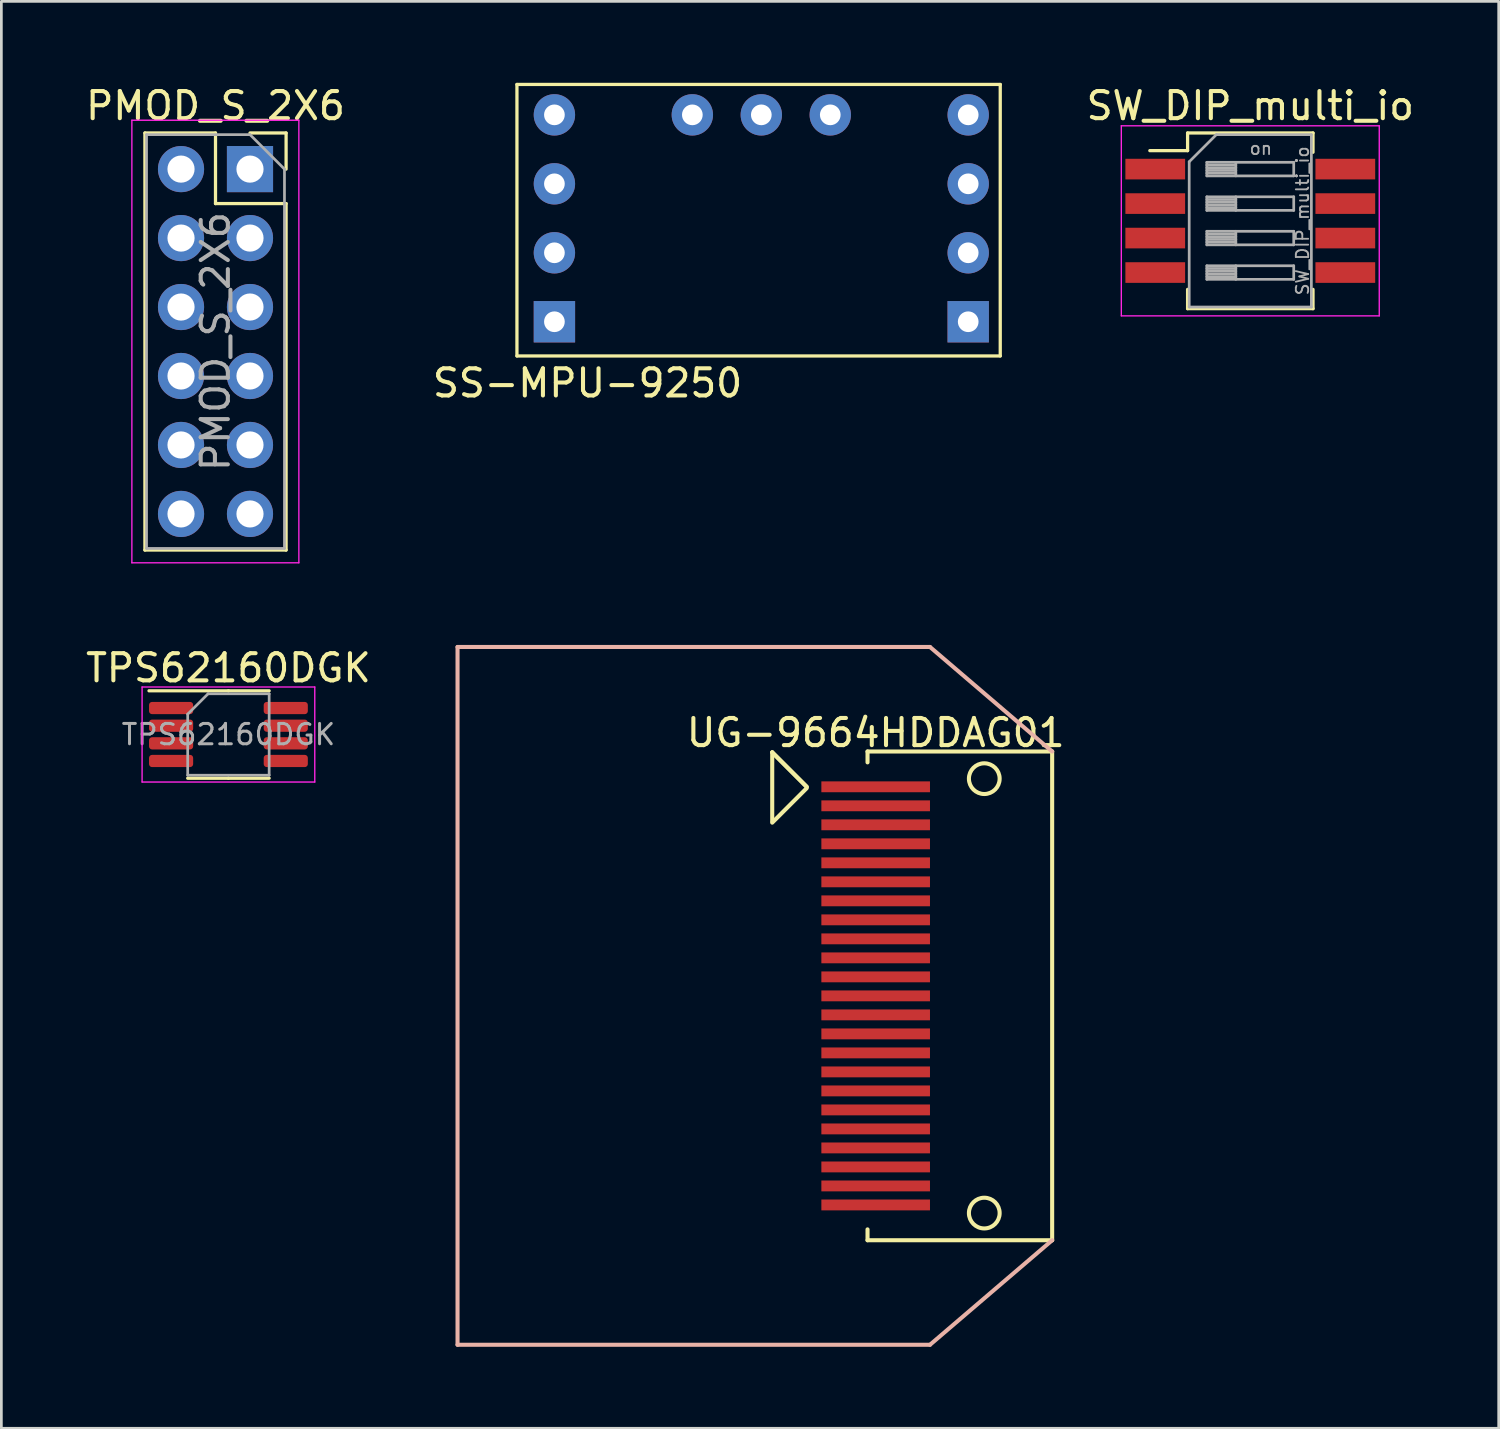
<source format=kicad_pcb>
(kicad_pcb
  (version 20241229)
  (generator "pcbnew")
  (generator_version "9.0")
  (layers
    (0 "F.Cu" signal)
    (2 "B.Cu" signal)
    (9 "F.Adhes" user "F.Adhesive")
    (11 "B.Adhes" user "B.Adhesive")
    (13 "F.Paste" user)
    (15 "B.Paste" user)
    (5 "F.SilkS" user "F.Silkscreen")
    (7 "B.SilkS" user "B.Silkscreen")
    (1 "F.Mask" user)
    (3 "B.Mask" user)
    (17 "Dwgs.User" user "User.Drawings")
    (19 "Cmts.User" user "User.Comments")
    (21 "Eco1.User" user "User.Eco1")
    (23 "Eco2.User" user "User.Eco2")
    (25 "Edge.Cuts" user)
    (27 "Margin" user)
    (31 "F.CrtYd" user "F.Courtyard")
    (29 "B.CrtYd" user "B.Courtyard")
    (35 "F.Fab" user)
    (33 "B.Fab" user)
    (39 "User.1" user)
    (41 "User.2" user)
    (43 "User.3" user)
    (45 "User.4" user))
  (footprint "SS-MPU-9250"
    (layer "F.Cu")
    (at 24.989 6.26)
    (property "Reference" "SS-MPU-9250" (at -6.4 4.8 0) (layer "F.SilkS") (effects (font (size 1 1) (thickness 0.15))))
    (attr through_hole)
    (fp_line (start -9 -6.2) (end -9 3.8) (stroke (width 0.12) (type solid)) (layer "F.SilkS"))
    (fp_line (start -9 3.8) (end 8.8 3.8) (stroke (width 0.12) (type solid)) (layer "F.SilkS"))
    (fp_line (start 8.8 -6.2) (end -9 -6.2) (stroke (width 0.12) (type solid)) (layer "F.SilkS"))
    (fp_line (start 8.8 3.8) (end 8.8 -6.2) (stroke (width 0.12) (type solid)) (layer "F.SilkS"))
    (pad "J1-1" thru_hole rect (at -7.62 2.54) (size 1.524 1.524) (drill 0.762) (layers "*.Cu" "*.Mask"))
    (pad "J1-2" thru_hole circle (at -7.62 0) (size 1.524 1.524) (drill 0.762) (layers "*.Cu" "*.Mask"))
    (pad "J1-3" thru_hole circle (at -7.62 -2.54) (size 1.524 1.524) (drill 0.762) (layers "*.Cu" "*.Mask"))
    (pad "J1-4" thru_hole circle (at -7.62 -5.08) (size 1.524 1.524) (drill 0.762) (layers "*.Cu" "*.Mask"))
    (pad "J2-1" thru_hole circle (at 2.54 -5.08) (size 1.524 1.524) (drill 0.762) (layers "*.Cu" "*.Mask"))
    (pad "J2-2" thru_hole circle (at 0 -5.08) (size 1.524 1.524) (drill 0.762) (layers "*.Cu" "*.Mask"))
    (pad "J2-3" thru_hole circle (at -2.54 -5.08) (size 1.524 1.524) (drill 0.762) (layers "*.Cu" "*.Mask"))
    (pad "J3-1" thru_hole rect (at 7.62 2.54) (size 1.524 1.524) (drill 0.762) (layers "*.Cu" "*.Mask"))
    (pad "J3-2" thru_hole circle (at 7.62 0) (size 1.524 1.524) (drill 0.762) (layers "*.Cu" "*.Mask"))
    (pad "J3-3" thru_hole circle (at 7.62 -2.54) (size 1.524 1.524) (drill 0.762) (layers "*.Cu" "*.Mask"))
    (pad "J3-4" thru_hole circle (at 7.62 -5.08) (size 1.524 1.524) (drill 0.762) (layers "*.Cu" "*.Mask")))
  (footprint "TPS62160DGK"
    (layer "F.Cu")
    (at 5.363 24.002)
    (property "Reference" "TPS62160DGK" (at 0 -2.45 180) (layer "F.SilkS") (effects (font (size 1 1) (thickness 0.15))))
    (attr smd)
    (fp_line (start 0 -1.61) (end -2.925 -1.61) (stroke (width 0.12) (type solid)) (layer "F.SilkS"))
    (fp_line (start 0 -1.61) (end 1.5 -1.61) (stroke (width 0.12) (type solid)) (layer "F.SilkS"))
    (fp_line (start 0 1.61) (end -1.5 1.61) (stroke (width 0.12) (type solid)) (layer "F.SilkS"))
    (fp_line (start 0 1.61) (end 1.5 1.61) (stroke (width 0.12) (type solid)) (layer "F.SilkS"))
    (fp_line (start -3.18 -1.75) (end -3.18 1.75) (stroke (width 0.05) (type solid)) (layer "F.CrtYd"))
    (fp_line (start -3.18 1.75) (end 3.18 1.75) (stroke (width 0.05) (type solid)) (layer "F.CrtYd"))
    (fp_line (start 3.18 -1.75) (end -3.18 -1.75) (stroke (width 0.05) (type solid)) (layer "F.CrtYd"))
    (fp_line (start 3.18 1.75) (end 3.18 -1.75) (stroke (width 0.05) (type solid)) (layer "F.CrtYd"))
    (fp_line (start -1.5 -0.75) (end -0.75 -1.5) (stroke (width 0.1) (type solid)) (layer "F.Fab"))
    (fp_line (start -1.5 1.5) (end -1.5 -0.75) (stroke (width 0.1) (type solid)) (layer "F.Fab"))
    (fp_line (start -0.75 -1.5) (end 1.5 -1.5) (stroke (width 0.1) (type solid)) (layer "F.Fab"))
    (fp_line (start 1.5 -1.5) (end 1.5 1.5) (stroke (width 0.1) (type solid)) (layer "F.Fab"))
    (fp_line (start 1.5 1.5) (end -1.5 1.5) (stroke (width 0.1) (type solid)) (layer "F.Fab"))
    (fp_text user "${REFERENCE}" (at 0 0 180) (layer "F.Fab") (effects (font (size 0.75 0.75) (thickness 0.11))))
    (pad "1" smd roundrect (at -2.112 -0.975) (size 1.625 0.45) (layers "F.Cu" "F.Mask" "F.Paste") (roundrect_rratio 0.25))
    (pad "2" smd roundrect (at -2.112 -0.325) (size 1.625 0.45) (layers "F.Cu" "F.Mask" "F.Paste") (roundrect_rratio 0.25))
    (pad "3" smd roundrect (at -2.112 0.325) (size 1.625 0.45) (layers "F.Cu" "F.Mask" "F.Paste") (roundrect_rratio 0.25))
    (pad "4" smd roundrect (at -2.112 0.975) (size 1.625 0.45) (layers "F.Cu" "F.Mask" "F.Paste") (roundrect_rratio 0.25))
    (pad "5" smd roundrect (at 2.112 0.975) (size 1.625 0.45) (layers "F.Cu" "F.Mask" "F.Paste") (roundrect_rratio 0.25))
    (pad "6" smd roundrect (at 2.112 0.325) (size 1.625 0.45) (layers "F.Cu" "F.Mask" "F.Paste") (roundrect_rratio 0.25))
    (pad "7" smd roundrect (at 2.112 -0.325) (size 1.625 0.45) (layers "F.Cu" "F.Mask" "F.Paste") (roundrect_rratio 0.25))
    (pad "8" smd roundrect (at 2.112 -0.975) (size 1.625 0.45) (layers "F.Cu" "F.Mask" "F.Paste") (roundrect_rratio 0.25)))
  (footprint "PMOD_S_2X6"
    (layer "F.Cu")
    (at 6.157 3.178)
    (property "Reference" "PMOD_S_2X6" (at -1.27 -2.33 0) (layer "F.SilkS") (effects (font (size 1 1) (thickness 0.15))))
    (attr through_hole)
    (fp_line (start -3.87 -1.33) (end -3.87 14.03) (stroke (width 0.12) (type solid)) (layer "F.SilkS"))
    (fp_line (start -1.27 -1.33) (end -3.87 -1.33) (stroke (width 0.12) (type solid)) (layer "F.SilkS"))
    (fp_line (start -1.27 1.27) (end -1.27 -1.33) (stroke (width 0.12) (type solid)) (layer "F.SilkS"))
    (fp_line (start 1.33 -1.33) (end 0 -1.33) (stroke (width 0.12) (type solid)) (layer "F.SilkS"))
    (fp_line (start 1.33 0) (end 1.33 -1.33) (stroke (width 0.12) (type solid)) (layer "F.SilkS"))
    (fp_line (start 1.33 1.27) (end -1.27 1.27) (stroke (width 0.12) (type solid)) (layer "F.SilkS"))
    (fp_line (start 1.33 1.27) (end 1.33 14.03) (stroke (width 0.12) (type solid)) (layer "F.SilkS"))
    (fp_line (start 1.33 14.03) (end -3.87 14.03) (stroke (width 0.12) (type solid)) (layer "F.SilkS"))
    (fp_line (start -4.35 -1.8) (end 1.8 -1.8) (stroke (width 0.05) (type solid)) (layer "F.CrtYd"))
    (fp_line (start -4.35 14.5) (end -4.35 -1.8) (stroke (width 0.05) (type solid)) (layer "F.CrtYd"))
    (fp_line (start 1.8 -1.8) (end 1.8 14.5) (stroke (width 0.05) (type solid)) (layer "F.CrtYd"))
    (fp_line (start 1.8 14.5) (end -4.35 14.5) (stroke (width 0.05) (type solid)) (layer "F.CrtYd"))
    (fp_line (start -3.81 -1.27) (end -3.81 13.97) (stroke (width 0.1) (type solid)) (layer "F.Fab"))
    (fp_line (start -3.81 13.97) (end 1.27 13.97) (stroke (width 0.1) (type solid)) (layer "F.Fab"))
    (fp_line (start 0 -1.27) (end -3.81 -1.27) (stroke (width 0.1) (type solid)) (layer "F.Fab"))
    (fp_line (start 1.27 0) (end 0 -1.27) (stroke (width 0.1) (type solid)) (layer "F.Fab"))
    (fp_line (start 1.27 13.97) (end 1.27 0) (stroke (width 0.1) (type solid)) (layer "F.Fab"))
    (fp_text user "${REFERENCE}" (at -1.27 6.35 270) (layer "F.Fab") (effects (font (size 1 1) (thickness 0.15))))
    (pad "1" thru_hole rect (at 0 0) (size 1.7 1.7) (drill 1) (layers "*.Cu" "*.Mask"))
    (pad "2" thru_hole oval (at 0 2.54) (size 1.7 1.7) (drill 1) (layers "*.Cu" "*.Mask"))
    (pad "3" thru_hole oval (at 0 5.08) (size 1.7 1.7) (drill 1) (layers "*.Cu" "*.Mask"))
    (pad "4" thru_hole oval (at 0 7.62) (size 1.7 1.7) (drill 1) (layers "*.Cu" "*.Mask"))
    (pad "5" thru_hole oval (at 0 10.16) (size 1.7 1.7) (drill 1) (layers "*.Cu" "*.Mask"))
    (pad "6" thru_hole oval (at 0 12.7) (size 1.7 1.7) (drill 1) (layers "*.Cu" "*.Mask"))
    (pad "7" thru_hole oval (at -2.54 0) (size 1.7 1.7) (drill 1) (layers "*.Cu" "*.Mask"))
    (pad "8" thru_hole oval (at -2.54 2.54) (size 1.7 1.7) (drill 1) (layers "*.Cu" "*.Mask"))
    (pad "9" thru_hole oval (at -2.54 5.08) (size 1.7 1.7) (drill 1) (layers "*.Cu" "*.Mask"))
    (pad "10" thru_hole oval (at -2.54 7.62) (size 1.7 1.7) (drill 1) (layers "*.Cu" "*.Mask"))
    (pad "11" thru_hole oval (at -2.54 10.16) (size 1.7 1.7) (drill 1) (layers "*.Cu" "*.Mask"))
    (pad "12" thru_hole oval (at -2.54 12.7) (size 1.7 1.7) (drill 1) (layers "*.Cu" "*.Mask")))
  (footprint "SW_DIP_multi_io"
    (layer "F.Cu")
    (at 42.998 5.083)
    (property "Reference" "SW_DIP_multi_io" (at 0 -4.235 0) (layer "F.SilkS") (effects (font (size 1 1) (thickness 0.15))))
    (attr smd)
    (fp_line (start -3.7 -2.585) (end -2.309 -2.585) (stroke (width 0.12) (type solid)) (layer "F.SilkS"))
    (fp_line (start -2.309 -3.235) (end -2.309 -2.585) (stroke (width 0.12) (type solid)) (layer "F.SilkS"))
    (fp_line (start -2.309 -3.235) (end 2.31 -3.235) (stroke (width 0.12) (type solid)) (layer "F.SilkS"))
    (fp_line (start -2.309 2.525) (end -2.309 3.235) (stroke (width 0.12) (type solid)) (layer "F.SilkS"))
    (fp_line (start -2.309 3.235) (end 2.31 3.235) (stroke (width 0.12) (type solid)) (layer "F.SilkS"))
    (fp_line (start 2.31 -3.235) (end 2.31 -2.525) (stroke (width 0.12) (type solid)) (layer "F.SilkS"))
    (fp_line (start 2.31 2.525) (end 2.31 3.235) (stroke (width 0.12) (type solid)) (layer "F.SilkS"))
    (fp_line (start -4.75 -3.5) (end -4.75 3.5) (stroke (width 0.05) (type solid)) (layer "F.CrtYd"))
    (fp_line (start -4.75 3.5) (end 4.75 3.5) (stroke (width 0.05) (type solid)) (layer "F.CrtYd"))
    (fp_line (start 4.75 -3.5) (end -4.75 -3.5) (stroke (width 0.05) (type solid)) (layer "F.CrtYd"))
    (fp_line (start 4.75 3.5) (end 4.75 -3.5) (stroke (width 0.05) (type solid)) (layer "F.CrtYd"))
    (fp_line (start -2.25 -2.175) (end -1.25 -3.175) (stroke (width 0.1) (type solid)) (layer "F.Fab"))
    (fp_line (start -2.25 3.175) (end -2.25 -2.175) (stroke (width 0.1) (type solid)) (layer "F.Fab"))
    (fp_line (start -1.6 -2.155) (end -1.6 -1.655) (stroke (width 0.1) (type solid)) (layer "F.Fab"))
    (fp_line (start -1.6 -2.055) (end -0.533 -2.055) (stroke (width 0.1) (type solid)) (layer "F.Fab"))
    (fp_line (start -1.6 -1.955) (end -0.533 -1.955) (stroke (width 0.1) (type solid)) (layer "F.Fab"))
    (fp_line (start -1.6 -1.855) (end -0.533 -1.855) (stroke (width 0.1) (type solid)) (layer "F.Fab"))
    (fp_line (start -1.6 -1.755) (end -0.533 -1.755) (stroke (width 0.1) (type solid)) (layer "F.Fab"))
    (fp_line (start -1.6 -1.655) (end 1.6 -1.655) (stroke (width 0.1) (type solid)) (layer "F.Fab"))
    (fp_line (start -1.6 -0.885) (end -1.6 -0.385) (stroke (width 0.1) (type solid)) (layer "F.Fab"))
    (fp_line (start -1.6 -0.785) (end -0.533 -0.785) (stroke (width 0.1) (type solid)) (layer "F.Fab"))
    (fp_line (start -1.6 -0.685) (end -0.533 -0.685) (stroke (width 0.1) (type solid)) (layer "F.Fab"))
    (fp_line (start -1.6 -0.585) (end -0.533 -0.585) (stroke (width 0.1) (type solid)) (layer "F.Fab"))
    (fp_line (start -1.6 -0.485) (end -0.533 -0.485) (stroke (width 0.1) (type solid)) (layer "F.Fab"))
    (fp_line (start -1.6 -0.385) (end 1.6 -0.385) (stroke (width 0.1) (type solid)) (layer "F.Fab"))
    (fp_line (start -1.6 0.385) (end -1.6 0.885) (stroke (width 0.1) (type solid)) (layer "F.Fab"))
    (fp_line (start -1.6 0.485) (end -0.533 0.485) (stroke (width 0.1) (type solid)) (layer "F.Fab"))
    (fp_line (start -1.6 0.585) (end -0.533 0.585) (stroke (width 0.1) (type solid)) (layer "F.Fab"))
    (fp_line (start -1.6 0.685) (end -0.533 0.685) (stroke (width 0.1) (type solid)) (layer "F.Fab"))
    (fp_line (start -1.6 0.785) (end -0.533 0.785) (stroke (width 0.1) (type solid)) (layer "F.Fab"))
    (fp_line (start -1.6 0.885) (end 1.6 0.885) (stroke (width 0.1) (type solid)) (layer "F.Fab"))
    (fp_line (start -1.6 1.655) (end -1.6 2.155) (stroke (width 0.1) (type solid)) (layer "F.Fab"))
    (fp_line (start -1.6 1.755) (end -0.533 1.755) (stroke (width 0.1) (type solid)) (layer "F.Fab"))
    (fp_line (start -1.6 1.855) (end -0.533 1.855) (stroke (width 0.1) (type solid)) (layer "F.Fab"))
    (fp_line (start -1.6 1.955) (end -0.533 1.955) (stroke (width 0.1) (type solid)) (layer "F.Fab"))
    (fp_line (start -1.6 2.055) (end -0.533 2.055) (stroke (width 0.1) (type solid)) (layer "F.Fab"))
    (fp_line (start -1.6 2.155) (end 1.6 2.155) (stroke (width 0.1) (type solid)) (layer "F.Fab"))
    (fp_line (start -1.25 -3.175) (end 2.25 -3.175) (stroke (width 0.1) (type solid)) (layer "F.Fab"))
    (fp_line (start -0.533 -2.155) (end -0.533 -1.655) (stroke (width 0.1) (type solid)) (layer "F.Fab"))
    (fp_line (start -0.533 -0.885) (end -0.533 -0.385) (stroke (width 0.1) (type solid)) (layer "F.Fab"))
    (fp_line (start -0.533 0.385) (end -0.533 0.885) (stroke (width 0.1) (type solid)) (layer "F.Fab"))
    (fp_line (start -0.533 1.655) (end -0.533 2.155) (stroke (width 0.1) (type solid)) (layer "F.Fab"))
    (fp_line (start 1.6 -2.155) (end -1.6 -2.155) (stroke (width 0.1) (type solid)) (layer "F.Fab"))
    (fp_line (start 1.6 -1.655) (end 1.6 -2.155) (stroke (width 0.1) (type solid)) (layer "F.Fab"))
    (fp_line (start 1.6 -0.885) (end -1.6 -0.885) (stroke (width 0.1) (type solid)) (layer "F.Fab"))
    (fp_line (start 1.6 -0.385) (end 1.6 -0.885) (stroke (width 0.1) (type solid)) (layer "F.Fab"))
    (fp_line (start 1.6 0.385) (end -1.6 0.385) (stroke (width 0.1) (type solid)) (layer "F.Fab"))
    (fp_line (start 1.6 0.885) (end 1.6 0.385) (stroke (width 0.1) (type solid)) (layer "F.Fab"))
    (fp_line (start 1.6 1.655) (end -1.6 1.655) (stroke (width 0.1) (type solid)) (layer "F.Fab"))
    (fp_line (start 1.6 2.155) (end 1.6 1.655) (stroke (width 0.1) (type solid)) (layer "F.Fab"))
    (fp_line (start 2.25 -3.175) (end 2.25 3.175) (stroke (width 0.1) (type solid)) (layer "F.Fab"))
    (fp_line (start 2.25 3.175) (end -2.25 3.175) (stroke (width 0.1) (type solid)) (layer "F.Fab"))
    (fp_text user "${REFERENCE}" (at 1.925 0 90) (layer "F.Fab") (effects (font (size 0.455 0.455) (thickness 0.068))))
    (fp_text user "on" (at 0.388 -2.665 0) (layer "F.Fab") (effects (font (size 0.455 0.455) (thickness 0.068))))
    (pad "1" smd rect (at -3.5 -1.905) (size 2.2 0.76) (layers "F.Cu" "F.Mask" "F.Paste"))
    (pad "2" smd rect (at -3.5 -0.635) (size 2.2 0.76) (layers "F.Cu" "F.Mask" "F.Paste"))
    (pad "3" smd rect (at -3.5 0.635) (size 2.2 0.76) (layers "F.Cu" "F.Mask" "F.Paste"))
    (pad "4" smd rect (at -3.5 1.905) (size 2.2 0.76) (layers "F.Cu" "F.Mask" "F.Paste"))
    (pad "5" smd rect (at 3.5 1.905) (size 2.2 0.76) (layers "F.Cu" "F.Mask" "F.Paste"))
    (pad "6" smd rect (at 3.5 0.635) (size 2.2 0.76) (layers "F.Cu" "F.Mask" "F.Paste"))
    (pad "7" smd rect (at 3.5 -0.635) (size 2.2 0.76) (layers "F.Cu" "F.Mask" "F.Paste"))
    (pad "8" smd rect (at 3.5 -1.905) (size 2.2 0.76) (layers "F.Cu" "F.Mask" "F.Paste")))
  (footprint "UG-9664HDDAG01"
    (layer "F.Cu")
    (at 29.201 33.628)
    (property "Reference" "UG-9664HDDAG01" (at 0 -9.69 180) (layer "F.SilkS") (effects (font (size 1 1) (thickness 0.15))))
    (attr through_hole)
    (fp_line (start -3.81 -8.97) (end -3.81 -6.43) (stroke (width 0.15) (type solid)) (layer "F.SilkS"))
    (fp_line (start -3.81 -8.97) (end -2.54 -7.7) (stroke (width 0.15) (type solid)) (layer "F.SilkS"))
    (fp_line (start -3.81 -6.38) (end -2.54 -7.65) (stroke (width 0.15) (type solid)) (layer "F.SilkS"))
    (fp_line (start -2.54 -7.7) (end -3.81 -8.97) (stroke (width 0.15) (type solid)) (layer "F.SilkS"))
    (fp_line (start -0.3 -9) (end -0.3 -8.6) (stroke (width 0.15) (type solid)) (layer "F.SilkS"))
    (fp_line (start -0.3 9) (end -0.3 8.6) (stroke (width 0.15) (type solid)) (layer "F.SilkS"))
    (fp_line (start -0.3 9) (end 6.5 9) (stroke (width 0.15) (type solid)) (layer "F.SilkS"))
    (fp_line (start 6.5 -9) (end -0.3 -9) (stroke (width 0.15) (type solid)) (layer "F.SilkS"))
    (fp_line (start 6.5 9) (end 6.5 -9) (stroke (width 0.15) (type solid)) (layer "F.SilkS"))
    (fp_circle (center 4 -8) (end 4.4 -8.4) (stroke (width 0.15) (type solid)) (fill no) (layer "F.SilkS"))
    (fp_circle (center 4 8) (end 4.4 8.4) (stroke (width 0.15) (type solid)) (fill no) (layer "F.SilkS"))
    (fp_line (start -15.4 -12.85) (end 2 -12.85) (stroke (width 0.15) (type solid)) (layer "B.SilkS"))
    (fp_line (start -15.4 12.85) (end -15.4 -12.85) (stroke (width 0.15) (type solid)) (layer "B.SilkS"))
    (fp_line (start -15.4 12.85) (end 2 12.85) (stroke (width 0.15) (type solid)) (layer "B.SilkS"))
    (fp_line (start 2 -12.85) (end 6.5 -9) (stroke (width 0.15) (type solid)) (layer "B.SilkS"))
    (fp_line (start 2 12.85) (end 6.5 9) (stroke (width 0.15) (type solid)) (layer "B.SilkS"))
    (pad "1" smd rect (at 0 -7.7) (size 4 0.4) (layers "F.Cu" "F.Mask" "F.Paste"))
    (pad "2" smd rect (at 0 -7) (size 4 0.4) (layers "F.Cu" "F.Mask" "F.Paste"))
    (pad "3" smd rect (at 0 -6.3) (size 4 0.4) (layers "F.Cu" "F.Mask" "F.Paste"))
    (pad "4" smd rect (at 0 -5.6) (size 4 0.4) (layers "F.Cu" "F.Mask" "F.Paste"))
    (pad "5" smd rect (at 0 -4.9) (size 4 0.4) (layers "F.Cu" "F.Mask" "F.Paste"))
    (pad "6" smd rect (at 0 -4.2) (size 4 0.4) (layers "F.Cu" "F.Mask" "F.Paste"))
    (pad "7" smd rect (at 0 -3.5) (size 4 0.4) (layers "F.Cu" "F.Mask" "F.Paste"))
    (pad "8" smd rect (at 0 -2.8) (size 4 0.4) (layers "F.Cu" "F.Mask" "F.Paste"))
    (pad "9" smd rect (at 0 -2.1) (size 4 0.4) (layers "F.Cu" "F.Mask" "F.Paste"))
    (pad "10" smd rect (at 0 -1.4) (size 4 0.4) (layers "F.Cu" "F.Mask" "F.Paste"))
    (pad "11" smd rect (at 0 -0.7) (size 4 0.4) (layers "F.Cu" "F.Mask" "F.Paste"))
    (pad "12" smd rect (at 0 0) (size 4 0.4) (layers "F.Cu" "F.Mask" "F.Paste"))
    (pad "13" smd rect (at 0 0.7) (size 4 0.4) (layers "F.Cu" "F.Mask" "F.Paste"))
    (pad "14" smd rect (at 0 1.4) (size 4 0.4) (layers "F.Cu" "F.Mask" "F.Paste"))
    (pad "15" smd rect (at 0 2.1) (size 4 0.4) (layers "F.Cu" "F.Mask" "F.Paste"))
    (pad "16" smd rect (at 0 2.8) (size 4 0.4) (layers "F.Cu" "F.Mask" "F.Paste"))
    (pad "17" smd rect (at 0 3.5) (size 4 0.4) (layers "F.Cu" "F.Mask" "F.Paste"))
    (pad "18" smd rect (at 0 4.2) (size 4 0.4) (layers "F.Cu" "F.Mask" "F.Paste"))
    (pad "19" smd rect (at 0 4.9) (size 4 0.4) (layers "F.Cu" "F.Mask" "F.Paste"))
    (pad "20" smd rect (at 0 5.6) (size 4 0.4) (layers "F.Cu" "F.Mask" "F.Paste"))
    (pad "21" smd rect (at 0 6.3) (size 4 0.4) (layers "F.Cu" "F.Mask" "F.Paste"))
    (pad "22" smd rect (at 0 7) (size 4 0.4) (layers "F.Cu" "F.Mask" "F.Paste"))
    (pad "23" smd rect (at 0 7.7) (size 4 0.4) (layers "F.Cu" "F.Mask" "F.Paste")))
  (gr_rect
    (start -3 -3)
    (end 52.147 49.553)
    (stroke (width 0.1) (type default))
    (fill no)
    (layer "Edge.Cuts")))
</source>
